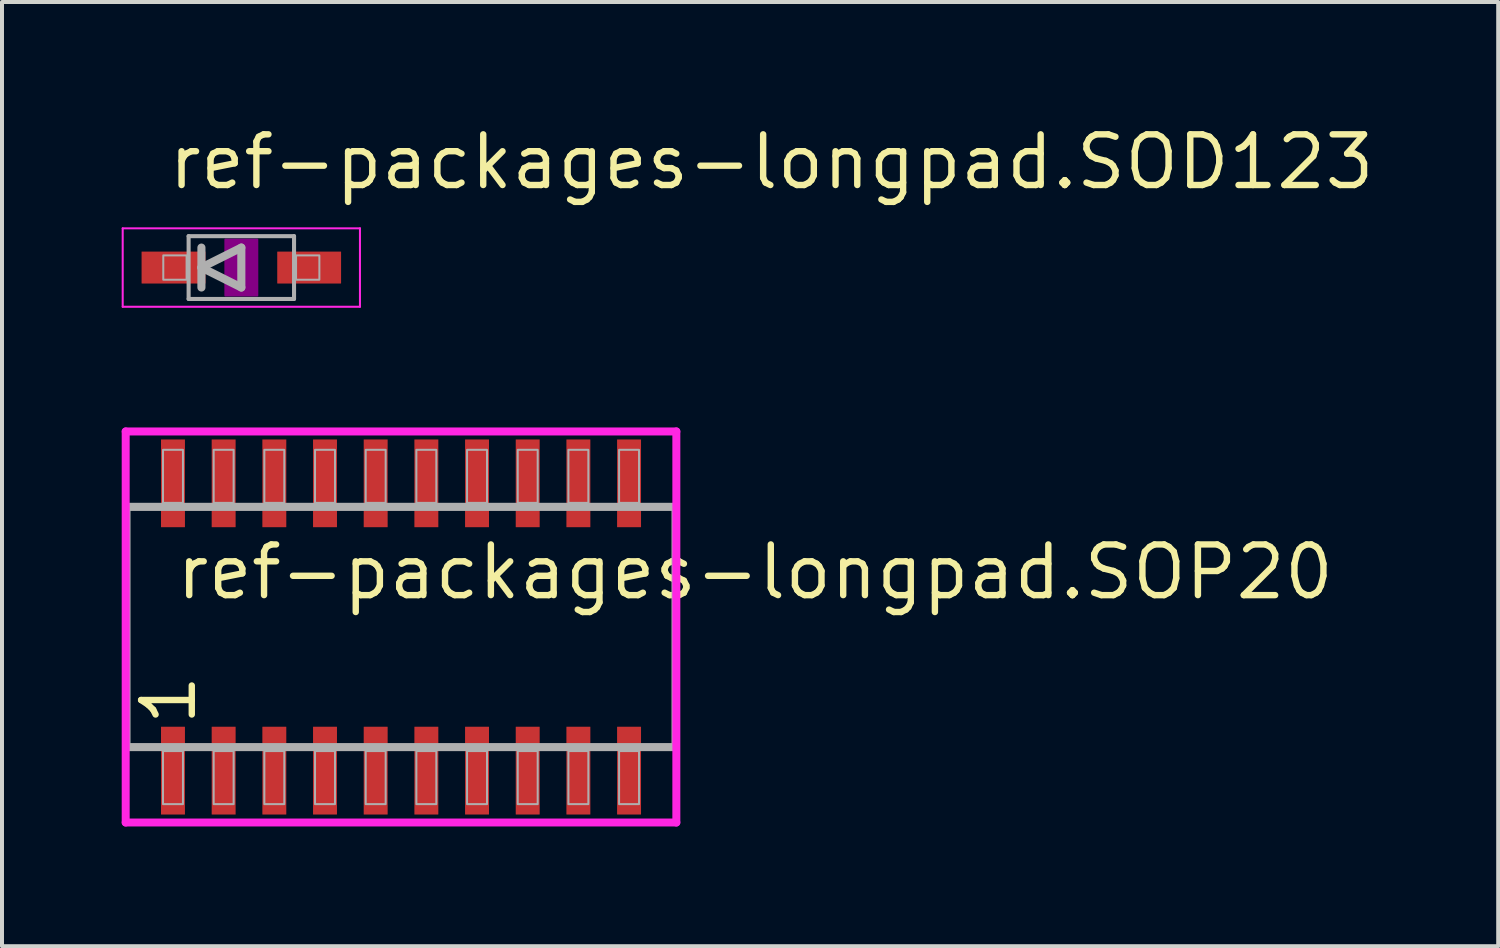
<source format=kicad_pcb>
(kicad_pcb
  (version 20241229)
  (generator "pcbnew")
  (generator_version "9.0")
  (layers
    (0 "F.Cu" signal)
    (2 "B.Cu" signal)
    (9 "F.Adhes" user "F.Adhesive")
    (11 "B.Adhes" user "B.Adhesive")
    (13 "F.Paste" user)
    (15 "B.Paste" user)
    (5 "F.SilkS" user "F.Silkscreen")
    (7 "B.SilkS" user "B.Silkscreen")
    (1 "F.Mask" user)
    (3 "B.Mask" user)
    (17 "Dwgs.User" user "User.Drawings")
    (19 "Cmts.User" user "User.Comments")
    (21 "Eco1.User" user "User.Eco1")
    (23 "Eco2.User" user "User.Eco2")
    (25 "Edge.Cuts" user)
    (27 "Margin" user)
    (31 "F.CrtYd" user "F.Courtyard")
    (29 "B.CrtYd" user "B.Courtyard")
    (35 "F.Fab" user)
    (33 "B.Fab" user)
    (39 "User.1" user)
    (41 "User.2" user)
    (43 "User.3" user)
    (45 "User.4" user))
  (footprint "ref-packages-longpad.SOD123"
    (layer "F.Cu")
    (at 2.998 3.655)
    (property "Reference" "ref-packages-longpad.SOD123" (at -1.905 -1.905 0) (layer "F.SilkS") (effects (font (size 1.27 1.27) (thickness 0.16)) (justify left bottom)))
    (attr smd)
    (fp_rect (start -0.4 0.7) (end 0.4 -0.7) (stroke (width 0.05) (type default)) (fill yes) (layer "F.Adhes"))
    (fp_line (start -2.973 -0.983) (end 2.973 -0.983) (stroke (width 0.051) (type default)) (layer "F.CrtYd"))
    (fp_line (start -2.973 0.983) (end -2.973 -0.983) (stroke (width 0.051) (type default)) (layer "F.CrtYd"))
    (fp_line (start 2.973 -0.983) (end 2.973 0.983) (stroke (width 0.051) (type default)) (layer "F.CrtYd"))
    (fp_line (start 2.973 0.983) (end -2.973 0.983) (stroke (width 0.051) (type default)) (layer "F.CrtYd"))
    (fp_line (start -1.321 -0.787) (end 1.321 -0.787) (stroke (width 0.102) (type default)) (layer "F.Fab"))
    (fp_line (start -1.321 0.787) (end -1.321 -0.787) (stroke (width 0.102) (type default)) (layer "F.Fab"))
    (fp_line (start -1.321 0.787) (end 1.321 0.787) (stroke (width 0.102) (type default)) (layer "F.Fab"))
    (fp_line (start -1 -0.5) (end -1 0) (stroke (width 0.203) (type default)) (layer "F.Fab"))
    (fp_line (start -1 0) (end -1 0.5) (stroke (width 0.203) (type default)) (layer "F.Fab"))
    (fp_line (start -1 0) (end 0 -0.5) (stroke (width 0.203) (type default)) (layer "F.Fab"))
    (fp_line (start 0 -0.5) (end 0 0.5) (stroke (width 0.203) (type default)) (layer "F.Fab"))
    (fp_line (start 0 0.5) (end -1 0) (stroke (width 0.203) (type default)) (layer "F.Fab"))
    (fp_line (start 1.321 0.787) (end 1.321 -0.787) (stroke (width 0.102) (type default)) (layer "F.Fab"))
    (fp_rect (start -1.956 0.305) (end -1.372 -0.305) (stroke (width 0.05) (type default)) (fill no) (layer "F.Fab"))
    (fp_rect (start 1.372 0.305) (end 1.956 -0.305) (stroke (width 0.05) (type default)) (fill no) (layer "F.Fab"))
    (pad "1" smd roundrect (at -1.7 0) (size 1.6 0.8) (layers "F.Cu" "F.Mask" "F.Paste") (roundrect_rratio 0.01))
    (pad "2" smd roundrect (at 1.7 0) (size 1.6 0.8) (layers "F.Cu" "F.Mask" "F.Paste") (roundrect_rratio 0.01)))
  (footprint "ref-packages-longpad.SOP20"
    (layer "F.Cu")
    (at 7 12.663)
    (property "Reference" "ref-packages-longpad.SOP20" (at -5.715 -0.635 0) (layer "F.SilkS") (effects (font (size 1.27 1.27) (thickness 0.16)) (justify left bottom)))
    (attr smd)
    (fp_line (start -6.9 -4.9) (end 6.9 -4.9) (stroke (width 0.2) (type default)) (layer "F.CrtYd"))
    (fp_line (start -6.9 4.9) (end -6.9 -4.9) (stroke (width 0.2) (type default)) (layer "F.CrtYd"))
    (fp_line (start 6.9 -4.9) (end 6.9 4.9) (stroke (width 0.2) (type default)) (layer "F.CrtYd"))
    (fp_line (start 6.9 4.9) (end -6.9 4.9) (stroke (width 0.2) (type default)) (layer "F.CrtYd"))
    (fp_line (start -6.88 -3.01) (end 6.88 -3.01) (stroke (width 0.203) (type default)) (layer "F.Fab"))
    (fp_line (start -6.88 3.01) (end -6.88 -3.01) (stroke (width 0.203) (type default)) (layer "F.Fab"))
    (fp_line (start 6.88 -3.01) (end 6.88 3.01) (stroke (width 0.203) (type default)) (layer "F.Fab"))
    (fp_line (start 6.88 3.01) (end -6.88 3.01) (stroke (width 0.203) (type default)) (layer "F.Fab"))
    (fp_rect (start -5.965 -3.11) (end -5.465 -4.44) (stroke (width 0.05) (type default)) (fill no) (layer "F.Fab"))
    (fp_rect (start -5.965 4.44) (end -5.465 3.11) (stroke (width 0.05) (type default)) (fill no) (layer "F.Fab"))
    (fp_rect (start -4.695 -3.11) (end -4.195 -4.44) (stroke (width 0.05) (type default)) (fill no) (layer "F.Fab"))
    (fp_rect (start -4.695 4.44) (end -4.195 3.11) (stroke (width 0.05) (type default)) (fill no) (layer "F.Fab"))
    (fp_rect (start -3.425 -3.11) (end -2.925 -4.44) (stroke (width 0.05) (type default)) (fill no) (layer "F.Fab"))
    (fp_rect (start -3.425 4.44) (end -2.925 3.11) (stroke (width 0.05) (type default)) (fill no) (layer "F.Fab"))
    (fp_rect (start -2.155 -3.11) (end -1.655 -4.44) (stroke (width 0.05) (type default)) (fill no) (layer "F.Fab"))
    (fp_rect (start -2.155 4.44) (end -1.655 3.11) (stroke (width 0.05) (type default)) (fill no) (layer "F.Fab"))
    (fp_rect (start -0.885 -3.11) (end -0.385 -4.44) (stroke (width 0.05) (type default)) (fill no) (layer "F.Fab"))
    (fp_rect (start -0.885 4.44) (end -0.385 3.11) (stroke (width 0.05) (type default)) (fill no) (layer "F.Fab"))
    (fp_rect (start 0.385 -3.11) (end 0.885 -4.44) (stroke (width 0.05) (type default)) (fill no) (layer "F.Fab"))
    (fp_rect (start 0.385 4.44) (end 0.885 3.11) (stroke (width 0.05) (type default)) (fill no) (layer "F.Fab"))
    (fp_rect (start 1.655 -3.11) (end 2.155 -4.44) (stroke (width 0.05) (type default)) (fill no) (layer "F.Fab"))
    (fp_rect (start 1.655 4.44) (end 2.155 3.11) (stroke (width 0.05) (type default)) (fill no) (layer "F.Fab"))
    (fp_rect (start 2.925 -3.11) (end 3.425 -4.44) (stroke (width 0.05) (type default)) (fill no) (layer "F.Fab"))
    (fp_rect (start 2.925 4.44) (end 3.425 3.11) (stroke (width 0.05) (type default)) (fill no) (layer "F.Fab"))
    (fp_rect (start 4.195 -3.11) (end 4.695 -4.44) (stroke (width 0.05) (type default)) (fill no) (layer "F.Fab"))
    (fp_rect (start 4.195 4.44) (end 4.695 3.11) (stroke (width 0.05) (type default)) (fill no) (layer "F.Fab"))
    (fp_rect (start 5.465 -3.11) (end 5.965 -4.44) (stroke (width 0.05) (type default)) (fill no) (layer "F.Fab"))
    (fp_rect (start 5.465 4.44) (end 5.965 3.11) (stroke (width 0.05) (type default)) (fill no) (layer "F.Fab"))
    (fp_text user "1" (at -5.08 2.54 90) (layer "F.SilkS") (effects (font (size 1.27 1.27) (thickness 0.16)) (justify left bottom)))
    (pad "1" smd roundrect (at -5.715 3.6) (size 0.6 2.2) (layers "F.Cu" "F.Mask" "F.Paste") (roundrect_rratio 0.01))
    (pad "2" smd roundrect (at -4.445 3.6) (size 0.6 2.2) (layers "F.Cu" "F.Mask" "F.Paste") (roundrect_rratio 0.01))
    (pad "3" smd roundrect (at -3.175 3.6) (size 0.6 2.2) (layers "F.Cu" "F.Mask" "F.Paste") (roundrect_rratio 0.01))
    (pad "4" smd roundrect (at -1.905 3.6) (size 0.6 2.2) (layers "F.Cu" "F.Mask" "F.Paste") (roundrect_rratio 0.01))
    (pad "5" smd roundrect (at -0.635 3.6) (size 0.6 2.2) (layers "F.Cu" "F.Mask" "F.Paste") (roundrect_rratio 0.01))
    (pad "6" smd roundrect (at 0.635 3.6) (size 0.6 2.2) (layers "F.Cu" "F.Mask" "F.Paste") (roundrect_rratio 0.01))
    (pad "7" smd roundrect (at 1.905 3.6) (size 0.6 2.2) (layers "F.Cu" "F.Mask" "F.Paste") (roundrect_rratio 0.01))
    (pad "8" smd roundrect (at 3.175 3.6) (size 0.6 2.2) (layers "F.Cu" "F.Mask" "F.Paste") (roundrect_rratio 0.01))
    (pad "9" smd roundrect (at 4.445 3.6) (size 0.6 2.2) (layers "F.Cu" "F.Mask" "F.Paste") (roundrect_rratio 0.01))
    (pad "10" smd roundrect (at 5.715 3.6) (size 0.6 2.2) (layers "F.Cu" "F.Mask" "F.Paste") (roundrect_rratio 0.01))
    (pad "11" smd roundrect (at 5.715 -3.6) (size 0.6 2.2) (layers "F.Cu" "F.Mask" "F.Paste") (roundrect_rratio 0.01))
    (pad "12" smd roundrect (at 4.445 -3.6) (size 0.6 2.2) (layers "F.Cu" "F.Mask" "F.Paste") (roundrect_rratio 0.01))
    (pad "13" smd roundrect (at 3.175 -3.6) (size 0.6 2.2) (layers "F.Cu" "F.Mask" "F.Paste") (roundrect_rratio 0.01))
    (pad "14" smd roundrect (at 1.905 -3.6) (size 0.6 2.2) (layers "F.Cu" "F.Mask" "F.Paste") (roundrect_rratio 0.01))
    (pad "15" smd roundrect (at 0.635 -3.6) (size 0.6 2.2) (layers "F.Cu" "F.Mask" "F.Paste") (roundrect_rratio 0.01))
    (pad "16" smd roundrect (at -0.635 -3.6) (size 0.6 2.2) (layers "F.Cu" "F.Mask" "F.Paste") (roundrect_rratio 0.01))
    (pad "17" smd roundrect (at -1.905 -3.6) (size 0.6 2.2) (layers "F.Cu" "F.Mask" "F.Paste") (roundrect_rratio 0.01))
    (pad "18" smd roundrect (at -3.175 -3.6) (size 0.6 2.2) (layers "F.Cu" "F.Mask" "F.Paste") (roundrect_rratio 0.01))
    (pad "19" smd roundrect (at -4.445 -3.6) (size 0.6 2.2) (layers "F.Cu" "F.Mask" "F.Paste") (roundrect_rratio 0.01))
    (pad "20" smd roundrect (at -5.715 -3.6) (size 0.6 2.2) (layers "F.Cu" "F.Mask" "F.Paste") (roundrect_rratio 0.01)))
  (gr_rect
    (start -3 -3)
    (end 34.497 20.663)
    (stroke (width 0.1) (type default))
    (fill no)
    (layer "Edge.Cuts")))
</source>
